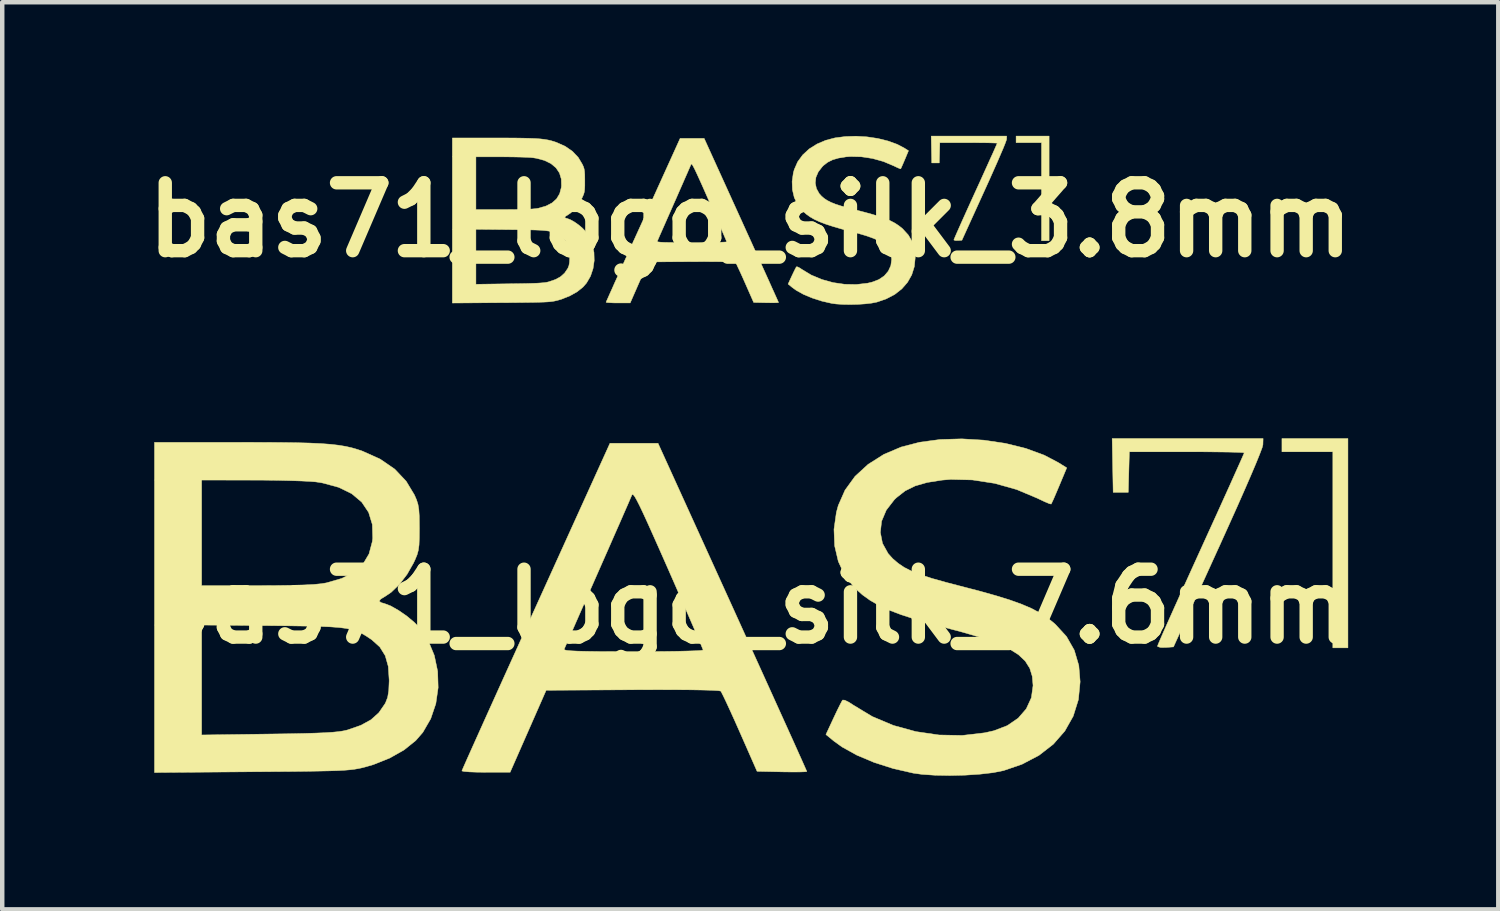
<source format=kicad_pcb>
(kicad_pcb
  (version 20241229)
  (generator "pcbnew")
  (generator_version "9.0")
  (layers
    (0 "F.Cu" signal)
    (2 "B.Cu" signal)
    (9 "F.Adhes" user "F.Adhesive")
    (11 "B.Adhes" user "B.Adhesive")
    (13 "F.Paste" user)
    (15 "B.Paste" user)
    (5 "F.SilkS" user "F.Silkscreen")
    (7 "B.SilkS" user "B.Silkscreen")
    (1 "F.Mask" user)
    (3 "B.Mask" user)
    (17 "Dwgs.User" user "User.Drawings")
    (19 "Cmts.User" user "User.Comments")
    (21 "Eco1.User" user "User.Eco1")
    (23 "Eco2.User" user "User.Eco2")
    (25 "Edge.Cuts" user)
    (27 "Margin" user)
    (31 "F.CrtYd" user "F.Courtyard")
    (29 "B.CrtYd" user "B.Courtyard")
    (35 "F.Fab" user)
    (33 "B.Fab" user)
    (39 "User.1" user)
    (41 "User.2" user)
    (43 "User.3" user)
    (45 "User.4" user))
  (footprint "bas71_logo_silk_3.8mm"
    (layer "F.Cu")
    (at 13.796 1.889)
    (property "Reference" "bas71_logo_silk_3.8mm" (at 0 0 0) (layer "F.SilkS") (effects (font (size 1.524 1.524) (thickness 0.3))))
    (attr through_hole)
    (fp_poly (pts (xy 6.71 0.466) (xy 6.54 0.466) (xy 6.54 -1.736) (xy 5.969 -1.736) (xy 5.969 -1.884) (xy 6.71 -1.884) (xy 6.71 0.466)) (stroke (width 0.01) (type solid)) (fill yes) (layer "F.SilkS"))
    (fp_poly (pts (xy 5.756 -1.815) (xy 5.746 -1.781) (xy 5.72 -1.71) (xy 5.678 -1.606) (xy 5.62 -1.471) (xy 5.549 -1.306) (xy 5.464 -1.115) (xy 5.368 -0.899) (xy 5.26 -0.661) (xy 5.253 -0.646) (xy 4.752 0.455) (xy 4.662 0.462) (xy 4.605 0.461) (xy 4.574 0.451) (xy 4.572 0.446) (xy 4.581 0.424) (xy 4.605 0.366) (xy 4.644 0.277) (xy 4.696 0.16) (xy 4.759 0.018) (xy 4.832 -0.144) (xy 4.913 -0.323) (xy 5 -0.515) (xy 5.059 -0.644) (xy 5.15 -0.843) (xy 5.235 -1.031) (xy 5.313 -1.203) (xy 5.382 -1.357) (xy 5.442 -1.488) (xy 5.489 -1.594) (xy 5.523 -1.671) (xy 5.542 -1.715) (xy 5.546 -1.724) (xy 5.525 -1.727) (xy 5.468 -1.729) (xy 5.378 -1.732) (xy 5.262 -1.734) (xy 5.123 -1.735) (xy 4.968 -1.736) (xy 4.901 -1.736) (xy 4.256 -1.736) (xy 4.25 -1.508) (xy 4.244 -1.281) (xy 4.075 -1.281) (xy 4.063 -1.884) (xy 5.757 -1.884) (xy 5.756 -1.815)) (stroke (width 0.01) (type solid)) (fill yes) (layer "F.SilkS"))
    (fp_poly (pts (xy -0.2 0.006) (xy -0.081 0.269) (xy 0.034 0.521) (xy 0.141 0.759) (xy 0.242 0.98) (xy 0.334 1.183) (xy 0.416 1.364) (xy 0.486 1.521) (xy 0.545 1.651) (xy 0.59 1.751) (xy 0.62 1.818) (xy 0.634 1.851) (xy 0.635 1.854) (xy 0.615 1.857) (xy 0.561 1.859) (xy 0.48 1.86) (xy 0.38 1.858) (xy 0.356 1.858) (xy 0.077 1.852) (xy -0.117 1.412) (xy -0.174 1.284) (xy -0.226 1.169) (xy -0.271 1.073) (xy -0.305 1.001) (xy -0.326 0.959) (xy -0.332 0.951) (xy -0.357 0.946) (xy -0.423 0.942) (xy -0.526 0.939) (xy -0.664 0.937) (xy -0.834 0.936) (xy -1.033 0.935) (xy -1.26 0.936) (xy -1.322 0.936) (xy -2.292 0.942) (xy -2.696 1.863) (xy -2.967 1.863) (xy -3.069 1.862) (xy -3.153 1.858) (xy -3.211 1.854) (xy -3.237 1.848) (xy -3.237 1.847) (xy -3.229 1.826) (xy -3.203 1.769) (xy -3.163 1.678) (xy -3.109 1.558) (xy -3.043 1.409) (xy -2.964 1.236) (xy -2.876 1.039) (xy -2.778 0.823) (xy -2.673 0.59) (xy -2.624 0.482) (xy -2.089 0.482) (xy -2.084 0.489) (xy -2.059 0.494) (xy -2.012 0.499) (xy -1.94 0.503) (xy -1.838 0.505) (xy -1.703 0.507) (xy -1.534 0.508) (xy -1.325 0.508) (xy -1.315 0.508) (xy -1.137 0.508) (xy -0.973 0.506) (xy -0.829 0.504) (xy -0.707 0.502) (xy -0.614 0.498) (xy -0.553 0.495) (xy -0.529 0.491) (xy -0.529 0.491) (xy -0.537 0.468) (xy -0.561 0.411) (xy -0.599 0.323) (xy -0.648 0.208) (xy -0.708 0.07) (xy -0.776 -0.087) (xy -0.852 -0.259) (xy -0.92 -0.413) (xy -1.012 -0.623) (xy -1.089 -0.797) (xy -1.153 -0.938) (xy -1.204 -1.049) (xy -1.243 -1.132) (xy -1.274 -1.192) (xy -1.296 -1.231) (xy -1.312 -1.251) (xy -1.322 -1.257) (xy -1.329 -1.25) (xy -1.33 -1.248) (xy -1.343 -1.218) (xy -1.371 -1.153) (xy -1.412 -1.059) (xy -1.465 -0.939) (xy -1.527 -0.797) (xy -1.597 -0.638) (xy -1.672 -0.466) (xy -1.715 -0.37) (xy -1.792 -0.195) (xy -1.865 -0.03) (xy -1.93 0.118) (xy -1.987 0.247) (xy -2.033 0.351) (xy -2.066 0.428) (xy -2.086 0.472) (xy -2.089 0.482) (xy -2.624 0.482) (xy -2.561 0.343) (xy -2.443 0.084) (xy -2.405 0) (xy -1.575 -1.831) (xy -1.035 -1.831) (xy -0.2 0.006)) (stroke (width 0.01) (type solid)) (fill yes) (layer "F.SilkS"))
    (fp_poly (pts (xy 2.622 -1.866) (xy 2.864 -1.83) (xy 3.093 -1.773) (xy 3.3 -1.698) (xy 3.456 -1.616) (xy 3.553 -1.555) (xy 3.47 -1.356) (xy 3.434 -1.272) (xy 3.404 -1.204) (xy 3.384 -1.16) (xy 3.378 -1.148) (xy 3.357 -1.153) (xy 3.308 -1.174) (xy 3.24 -1.206) (xy 3.224 -1.214) (xy 2.992 -1.312) (xy 2.745 -1.381) (xy 2.494 -1.419) (xy 2.25 -1.425) (xy 2.154 -1.418) (xy 1.986 -1.391) (xy 1.85 -1.352) (xy 1.738 -1.296) (xy 1.641 -1.221) (xy 1.618 -1.197) (xy 1.527 -1.08) (xy 1.474 -0.956) (xy 1.46 -0.83) (xy 1.485 -0.707) (xy 1.547 -0.594) (xy 1.598 -0.537) (xy 1.658 -0.485) (xy 1.727 -0.439) (xy 1.809 -0.397) (xy 1.91 -0.356) (xy 2.037 -0.315) (xy 2.196 -0.27) (xy 2.338 -0.233) (xy 2.566 -0.174) (xy 2.757 -0.121) (xy 2.916 -0.071) (xy 3.048 -0.023) (xy 3.159 0.024) (xy 3.253 0.074) (xy 3.334 0.128) (xy 3.409 0.187) (xy 3.425 0.202) (xy 3.55 0.339) (xy 3.638 0.492) (xy 3.688 0.664) (xy 3.704 0.847) (xy 3.684 1.047) (xy 3.626 1.232) (xy 3.531 1.4) (xy 3.403 1.547) (xy 3.242 1.673) (xy 3.05 1.773) (xy 2.843 1.844) (xy 2.726 1.867) (xy 2.578 1.884) (xy 2.413 1.895) (xy 2.242 1.899) (xy 2.076 1.896) (xy 1.928 1.886) (xy 1.831 1.873) (xy 1.604 1.821) (xy 1.39 1.752) (xy 1.196 1.671) (xy 1.031 1.579) (xy 0.939 1.512) (xy 0.85 1.439) (xy 0.935 1.254) (xy 0.974 1.172) (xy 1.007 1.105) (xy 1.03 1.062) (xy 1.037 1.051) (xy 1.061 1.053) (xy 1.108 1.076) (xy 1.158 1.109) (xy 1.37 1.237) (xy 1.607 1.336) (xy 1.859 1.406) (xy 2.12 1.444) (xy 2.381 1.449) (xy 2.633 1.42) (xy 2.735 1.396) (xy 2.885 1.339) (xy 3.008 1.256) (xy 3.099 1.15) (xy 3.156 1.026) (xy 3.175 0.889) (xy 3.166 0.786) (xy 3.138 0.695) (xy 3.087 0.614) (xy 3.01 0.542) (xy 2.905 0.475) (xy 2.768 0.413) (xy 2.596 0.352) (xy 2.387 0.291) (xy 2.286 0.264) (xy 2.053 0.203) (xy 1.858 0.146) (xy 1.694 0.093) (xy 1.557 0.041) (xy 1.442 -0.012) (xy 1.345 -0.068) (xy 1.26 -0.129) (xy 1.182 -0.198) (xy 1.166 -0.214) (xy 1.062 -0.347) (xy 0.988 -0.504) (xy 0.947 -0.679) (xy 0.94 -0.865) (xy 0.967 -1.056) (xy 0.988 -1.132) (xy 1.064 -1.305) (xy 1.177 -1.46) (xy 1.323 -1.595) (xy 1.5 -1.706) (xy 1.695 -1.789) (xy 1.903 -1.843) (xy 2.133 -1.873) (xy 2.375 -1.881) (xy 2.622 -1.866)) (stroke (width 0.01) (type solid)) (fill yes) (layer "F.SilkS"))
    (fp_poly (pts (xy -5.504 -1.841) (xy -5.286 -1.84) (xy -5.103 -1.837) (xy -4.949 -1.833) (xy -4.82 -1.828) (xy -4.712 -1.82) (xy -4.621 -1.809) (xy -4.543 -1.796) (xy -4.473 -1.78) (xy -4.406 -1.76) (xy -4.352 -1.742) (xy -4.154 -1.653) (xy -3.992 -1.541) (xy -3.863 -1.405) (xy -3.771 -1.251) (xy -3.746 -1.196) (xy -3.73 -1.145) (xy -3.721 -1.088) (xy -3.716 -1.014) (xy -3.715 -0.911) (xy -3.715 -0.878) (xy -3.715 -0.768) (xy -3.719 -0.689) (xy -3.726 -0.63) (xy -3.74 -0.579) (xy -3.763 -0.525) (xy -3.781 -0.487) (xy -3.853 -0.36) (xy -3.94 -0.247) (xy -4.032 -0.158) (xy -4.094 -0.116) (xy -4.149 -0.082) (xy -4.166 -0.059) (xy -4.144 -0.042) (xy -4.107 -0.032) (xy -4.037 -0.005) (xy -3.949 0.044) (xy -3.858 0.108) (xy -3.774 0.178) (xy -3.719 0.234) (xy -3.617 0.383) (xy -3.547 0.551) (xy -3.509 0.73) (xy -3.504 0.913) (xy -3.53 1.092) (xy -3.587 1.262) (xy -3.676 1.415) (xy -3.755 1.506) (xy -3.886 1.611) (xy -4.049 1.703) (xy -4.233 1.777) (xy -4.32 1.803) (xy -4.362 1.813) (xy -4.402 1.822) (xy -4.446 1.829) (xy -4.496 1.835) (xy -4.558 1.84) (xy -4.635 1.844) (xy -4.731 1.847) (xy -4.85 1.85) (xy -4.997 1.852) (xy -5.174 1.854) (xy -5.386 1.856) (xy -5.593 1.857) (xy -6.689 1.865) (xy -6.689 1.444) (xy -6.16 1.444) (xy -5.403 1.433) (xy -5.194 1.43) (xy -5.023 1.427) (xy -4.884 1.423) (xy -4.775 1.419) (xy -4.689 1.413) (xy -4.622 1.407) (xy -4.569 1.399) (xy -4.527 1.389) (xy -4.52 1.387) (xy -4.372 1.336) (xy -4.258 1.273) (xy -4.17 1.194) (xy -4.1 1.092) (xy -4.093 1.079) (xy -4.071 1.022) (xy -4.058 0.946) (xy -4.054 0.841) (xy -4.054 0.825) (xy -4.064 0.674) (xy -4.098 0.553) (xy -4.159 0.456) (xy -4.25 0.374) (xy -4.263 0.365) (xy -4.315 0.331) (xy -4.363 0.303) (xy -4.412 0.28) (xy -4.467 0.262) (xy -4.532 0.248) (xy -4.612 0.238) (xy -4.712 0.23) (xy -4.836 0.225) (xy -4.988 0.221) (xy -5.174 0.219) (xy -5.371 0.217) (xy -6.16 0.209) (xy -6.16 1.444) (xy -6.689 1.444) (xy -6.689 -0.233) (xy -6.16 -0.233) (xy -5.53 -0.233) (xy -5.319 -0.234) (xy -5.147 -0.236) (xy -5.009 -0.24) (xy -4.901 -0.246) (xy -4.819 -0.254) (xy -4.759 -0.263) (xy -4.586 -0.313) (xy -4.45 -0.383) (xy -4.348 -0.475) (xy -4.28 -0.589) (xy -4.243 -0.728) (xy -4.239 -0.765) (xy -4.243 -0.92) (xy -4.284 -1.055) (xy -4.362 -1.171) (xy -4.474 -1.265) (xy -4.621 -1.337) (xy -4.8 -1.385) (xy -4.877 -1.397) (xy -4.939 -1.403) (xy -5.037 -1.408) (xy -5.161 -1.412) (xy -5.305 -1.415) (xy -5.46 -1.417) (xy -5.593 -1.418) (xy -6.16 -1.418) (xy -6.16 -0.233) (xy -6.689 -0.233) (xy -6.689 -1.841) (xy -5.759 -1.841) (xy -5.504 -1.841)) (stroke (width 0.01) (type solid)) (fill yes) (layer "F.SilkS")))
  (footprint "bas71_logo_silk_7.6mm"
    (layer "F.Cu")
    (at 13.796 10.565)
    (property "Reference" "bas71_logo_silk_7.6mm" (at 0 0 0) (layer "F.SilkS") (effects (font (size 1.524 1.524) (thickness 0.3))))
    (attr through_hole)
    (fp_poly (pts (xy 13.42 0.931) (xy 13.081 0.931) (xy 13.081 -3.471) (xy 11.938 -3.471) (xy 11.938 -3.768) (xy 13.42 -3.768) (xy 13.42 0.931)) (stroke (width 0.01) (type solid)) (fill yes) (layer "F.SilkS"))
    (fp_poly (pts (xy 11.511 -3.63) (xy 11.493 -3.561) (xy 11.44 -3.421) (xy 11.356 -3.213) (xy 11.241 -2.942) (xy 11.098 -2.613) (xy 10.929 -2.23) (xy 10.735 -1.799) (xy 10.52 -1.323) (xy 10.505 -1.291) (xy 9.503 0.91) (xy 9.324 0.923) (xy 9.21 0.922) (xy 9.149 0.903) (xy 9.144 0.893) (xy 9.161 0.847) (xy 9.21 0.732) (xy 9.288 0.553) (xy 9.392 0.319) (xy 9.518 0.037) (xy 9.664 -0.287) (xy 9.826 -0.645) (xy 10.001 -1.031) (xy 10.118 -1.288) (xy 10.299 -1.686) (xy 10.47 -2.061) (xy 10.626 -2.406) (xy 10.765 -2.713) (xy 10.883 -2.977) (xy 10.978 -3.188) (xy 11.046 -3.341) (xy 11.084 -3.429) (xy 11.091 -3.448) (xy 11.051 -3.454) (xy 10.936 -3.459) (xy 10.757 -3.464) (xy 10.524 -3.467) (xy 10.247 -3.47) (xy 9.937 -3.471) (xy 9.802 -3.471) (xy 8.512 -3.471) (xy 8.5 -3.016) (xy 8.488 -2.561) (xy 8.149 -2.561) (xy 8.126 -3.768) (xy 11.515 -3.768) (xy 11.511 -3.63)) (stroke (width 0.01) (type solid)) (fill yes) (layer "F.SilkS"))
    (fp_poly (pts (xy -0.4 0.013) (xy -0.162 0.538) (xy 0.067 1.042) (xy 0.283 1.518) (xy 0.484 1.961) (xy 0.667 2.366) (xy 0.831 2.728) (xy 0.973 3.042) (xy 1.089 3.301) (xy 1.179 3.501) (xy 1.239 3.637) (xy 1.268 3.702) (xy 1.27 3.708) (xy 1.23 3.714) (xy 1.122 3.718) (xy 0.959 3.719) (xy 0.759 3.717) (xy 0.712 3.716) (xy 0.153 3.704) (xy -0.235 2.823) (xy -0.348 2.568) (xy -0.452 2.339) (xy -0.541 2.146) (xy -0.61 2.002) (xy -0.653 1.918) (xy -0.663 1.902) (xy -0.715 1.893) (xy -0.846 1.885) (xy -1.052 1.879) (xy -1.327 1.874) (xy -1.667 1.872) (xy -2.066 1.871) (xy -2.52 1.872) (xy -2.643 1.873) (xy -4.583 1.884) (xy -5.392 3.725) (xy -5.934 3.725) (xy -6.137 3.723) (xy -6.305 3.717) (xy -6.423 3.707) (xy -6.474 3.696) (xy -6.474 3.694) (xy -6.457 3.651) (xy -6.407 3.537) (xy -6.327 3.357) (xy -6.219 3.116) (xy -6.085 2.818) (xy -5.929 2.471) (xy -5.752 2.079) (xy -5.557 1.647) (xy -5.346 1.181) (xy -5.247 0.963) (xy -4.179 0.963) (xy -4.168 0.977) (xy -4.119 0.989) (xy -4.025 0.998) (xy -3.879 1.005) (xy -3.675 1.01) (xy -3.407 1.014) (xy -3.067 1.015) (xy -2.65 1.016) (xy -2.629 1.016) (xy -2.274 1.015) (xy -1.947 1.013) (xy -1.657 1.009) (xy -1.414 1.003) (xy -1.227 0.997) (xy -1.106 0.99) (xy -1.059 0.982) (xy -1.058 0.981) (xy -1.075 0.937) (xy -1.122 0.822) (xy -1.197 0.646) (xy -1.296 0.417) (xy -1.416 0.141) (xy -1.553 -0.173) (xy -1.703 -0.517) (xy -1.839 -0.827) (xy -2.024 -1.246) (xy -2.179 -1.594) (xy -2.305 -1.875) (xy -2.407 -2.097) (xy -2.487 -2.265) (xy -2.548 -2.384) (xy -2.592 -2.462) (xy -2.624 -2.503) (xy -2.645 -2.514) (xy -2.659 -2.5) (xy -2.66 -2.496) (xy -2.686 -2.436) (xy -2.741 -2.307) (xy -2.824 -2.118) (xy -2.929 -1.877) (xy -3.054 -1.594) (xy -3.193 -1.276) (xy -3.345 -0.932) (xy -3.429 -0.741) (xy -3.584 -0.389) (xy -3.729 -0.061) (xy -3.86 0.236) (xy -3.973 0.494) (xy -4.065 0.703) (xy -4.132 0.856) (xy -4.171 0.945) (xy -4.179 0.963) (xy -5.247 0.963) (xy -5.122 0.686) (xy -4.887 0.167) (xy -4.811 0) (xy -3.15 -3.662) (xy -2.071 -3.662) (xy -0.4 0.013)) (stroke (width 0.01) (type solid)) (fill yes) (layer "F.SilkS"))
    (fp_poly (pts (xy 5.244 -3.732) (xy 5.729 -3.66) (xy 6.186 -3.547) (xy 6.6 -3.395) (xy 6.911 -3.232) (xy 7.106 -3.111) (xy 6.939 -2.712) (xy 6.868 -2.544) (xy 6.809 -2.407) (xy 6.768 -2.32) (xy 6.756 -2.297) (xy 6.713 -2.307) (xy 6.615 -2.348) (xy 6.481 -2.411) (xy 6.449 -2.427) (xy 5.983 -2.623) (xy 5.489 -2.762) (xy 4.987 -2.839) (xy 4.5 -2.851) (xy 4.308 -2.835) (xy 3.972 -2.782) (xy 3.701 -2.704) (xy 3.477 -2.593) (xy 3.283 -2.441) (xy 3.235 -2.395) (xy 3.054 -2.161) (xy 2.949 -1.912) (xy 2.921 -1.66) (xy 2.969 -1.415) (xy 3.095 -1.187) (xy 3.196 -1.074) (xy 3.317 -0.97) (xy 3.453 -0.877) (xy 3.617 -0.793) (xy 3.821 -0.712) (xy 4.075 -0.629) (xy 4.392 -0.54) (xy 4.676 -0.466) (xy 5.131 -0.348) (xy 5.513 -0.241) (xy 5.832 -0.142) (xy 6.096 -0.047) (xy 6.318 0.048) (xy 6.505 0.148) (xy 6.669 0.255) (xy 6.818 0.375) (xy 6.85 0.403) (xy 7.101 0.677) (xy 7.275 0.983) (xy 7.377 1.328) (xy 7.407 1.693) (xy 7.368 2.094) (xy 7.252 2.465) (xy 7.063 2.8) (xy 6.805 3.095) (xy 6.483 3.345) (xy 6.1 3.546) (xy 5.685 3.688) (xy 5.451 3.734) (xy 5.157 3.768) (xy 4.826 3.79) (xy 4.483 3.798) (xy 4.152 3.792) (xy 3.856 3.772) (xy 3.662 3.745) (xy 3.208 3.641) (xy 2.78 3.504) (xy 2.393 3.341) (xy 2.063 3.158) (xy 1.878 3.025) (xy 1.699 2.878) (xy 1.871 2.508) (xy 1.948 2.345) (xy 2.015 2.21) (xy 2.061 2.123) (xy 2.075 2.103) (xy 2.123 2.107) (xy 2.216 2.153) (xy 2.316 2.218) (xy 2.74 2.474) (xy 3.213 2.673) (xy 3.719 2.812) (xy 4.24 2.888) (xy 4.761 2.898) (xy 5.265 2.839) (xy 5.47 2.793) (xy 5.77 2.678) (xy 6.015 2.511) (xy 6.198 2.3) (xy 6.312 2.051) (xy 6.35 1.778) (xy 6.332 1.571) (xy 6.276 1.39) (xy 6.174 1.228) (xy 6.021 1.084) (xy 5.81 0.951) (xy 5.536 0.826) (xy 5.193 0.704) (xy 4.773 0.581) (xy 4.572 0.528) (xy 4.107 0.405) (xy 3.715 0.293) (xy 3.388 0.187) (xy 3.114 0.083) (xy 2.885 -0.023) (xy 2.69 -0.136) (xy 2.52 -0.258) (xy 2.365 -0.396) (xy 2.332 -0.427) (xy 2.123 -0.694) (xy 1.977 -1.009) (xy 1.895 -1.358) (xy 1.88 -1.73) (xy 1.934 -2.111) (xy 1.976 -2.265) (xy 2.128 -2.61) (xy 2.353 -2.92) (xy 2.646 -3.189) (xy 3 -3.413) (xy 3.389 -3.578) (xy 3.806 -3.686) (xy 4.265 -3.747) (xy 4.751 -3.761) (xy 5.244 -3.732)) (stroke (width 0.01) (type solid)) (fill yes) (layer "F.SilkS"))
    (fp_poly (pts (xy -11.007 -3.682) (xy -10.572 -3.68) (xy -10.205 -3.675) (xy -9.898 -3.667) (xy -9.64 -3.655) (xy -9.425 -3.639) (xy -9.243 -3.618) (xy -9.086 -3.592) (xy -8.945 -3.56) (xy -8.813 -3.521) (xy -8.704 -3.484) (xy -8.309 -3.306) (xy -7.983 -3.082) (xy -7.726 -2.81) (xy -7.541 -2.503) (xy -7.493 -2.392) (xy -7.461 -2.291) (xy -7.442 -2.177) (xy -7.432 -2.028) (xy -7.43 -1.823) (xy -7.429 -1.757) (xy -7.431 -1.537) (xy -7.437 -1.379) (xy -7.453 -1.26) (xy -7.481 -1.158) (xy -7.526 -1.049) (xy -7.561 -0.974) (xy -7.706 -0.719) (xy -7.879 -0.493) (xy -8.063 -0.316) (xy -8.187 -0.232) (xy -8.298 -0.164) (xy -8.332 -0.118) (xy -8.288 -0.084) (xy -8.215 -0.064) (xy -8.074 -0.01) (xy -7.899 0.089) (xy -7.715 0.216) (xy -7.547 0.356) (xy -7.437 0.468) (xy -7.233 0.767) (xy -7.094 1.102) (xy -7.019 1.46) (xy -7.008 1.825) (xy -7.06 2.185) (xy -7.175 2.524) (xy -7.352 2.83) (xy -7.511 3.013) (xy -7.772 3.223) (xy -8.097 3.407) (xy -8.465 3.554) (xy -8.641 3.605) (xy -8.723 3.626) (xy -8.804 3.643) (xy -8.891 3.658) (xy -8.993 3.67) (xy -9.116 3.68) (xy -9.27 3.688) (xy -9.463 3.694) (xy -9.701 3.699) (xy -9.993 3.704) (xy -10.348 3.708) (xy -10.772 3.711) (xy -11.187 3.714) (xy -13.377 3.731) (xy -13.377 2.888) (xy -12.319 2.888) (xy -10.806 2.867) (xy -10.388 2.861) (xy -10.045 2.854) (xy -9.769 2.846) (xy -9.549 2.837) (xy -9.377 2.826) (xy -9.244 2.813) (xy -9.139 2.797) (xy -9.054 2.778) (xy -9.04 2.774) (xy -8.744 2.671) (xy -8.516 2.546) (xy -8.34 2.388) (xy -8.2 2.185) (xy -8.187 2.159) (xy -8.142 2.043) (xy -8.117 1.892) (xy -8.108 1.682) (xy -8.108 1.65) (xy -8.128 1.348) (xy -8.196 1.107) (xy -8.318 0.912) (xy -8.499 0.749) (xy -8.526 0.731) (xy -8.63 0.662) (xy -8.726 0.606) (xy -8.825 0.56) (xy -8.935 0.524) (xy -9.065 0.496) (xy -9.225 0.475) (xy -9.424 0.46) (xy -9.671 0.45) (xy -9.977 0.443) (xy -10.349 0.437) (xy -10.742 0.433) (xy -12.319 0.419) (xy -12.319 2.888) (xy -13.377 2.888) (xy -13.377 -0.466) (xy -12.319 -0.466) (xy -11.06 -0.466) (xy -10.639 -0.468) (xy -10.294 -0.473) (xy -10.018 -0.481) (xy -9.802 -0.492) (xy -9.637 -0.508) (xy -9.519 -0.527) (xy -9.173 -0.627) (xy -8.9 -0.767) (xy -8.696 -0.949) (xy -8.56 -1.178) (xy -8.486 -1.456) (xy -8.477 -1.53) (xy -8.486 -1.839) (xy -8.569 -2.11) (xy -8.724 -2.341) (xy -8.949 -2.53) (xy -9.242 -2.673) (xy -9.6 -2.77) (xy -9.754 -2.795) (xy -9.879 -2.805) (xy -10.073 -2.815) (xy -10.322 -2.823) (xy -10.609 -2.83) (xy -10.921 -2.834) (xy -11.187 -2.835) (xy -12.319 -2.836) (xy -12.319 -0.466) (xy -13.377 -0.466) (xy -13.377 -3.683) (xy -11.518 -3.683) (xy -11.007 -3.682)) (stroke (width 0.01) (type solid)) (fill yes) (layer "F.SilkS")))
  (gr_rect
    (start -3 -3)
    (end 30.592 17.368)
    (stroke (width 0.1) (type default))
    (fill no)
    (layer "Edge.Cuts")))
</source>
